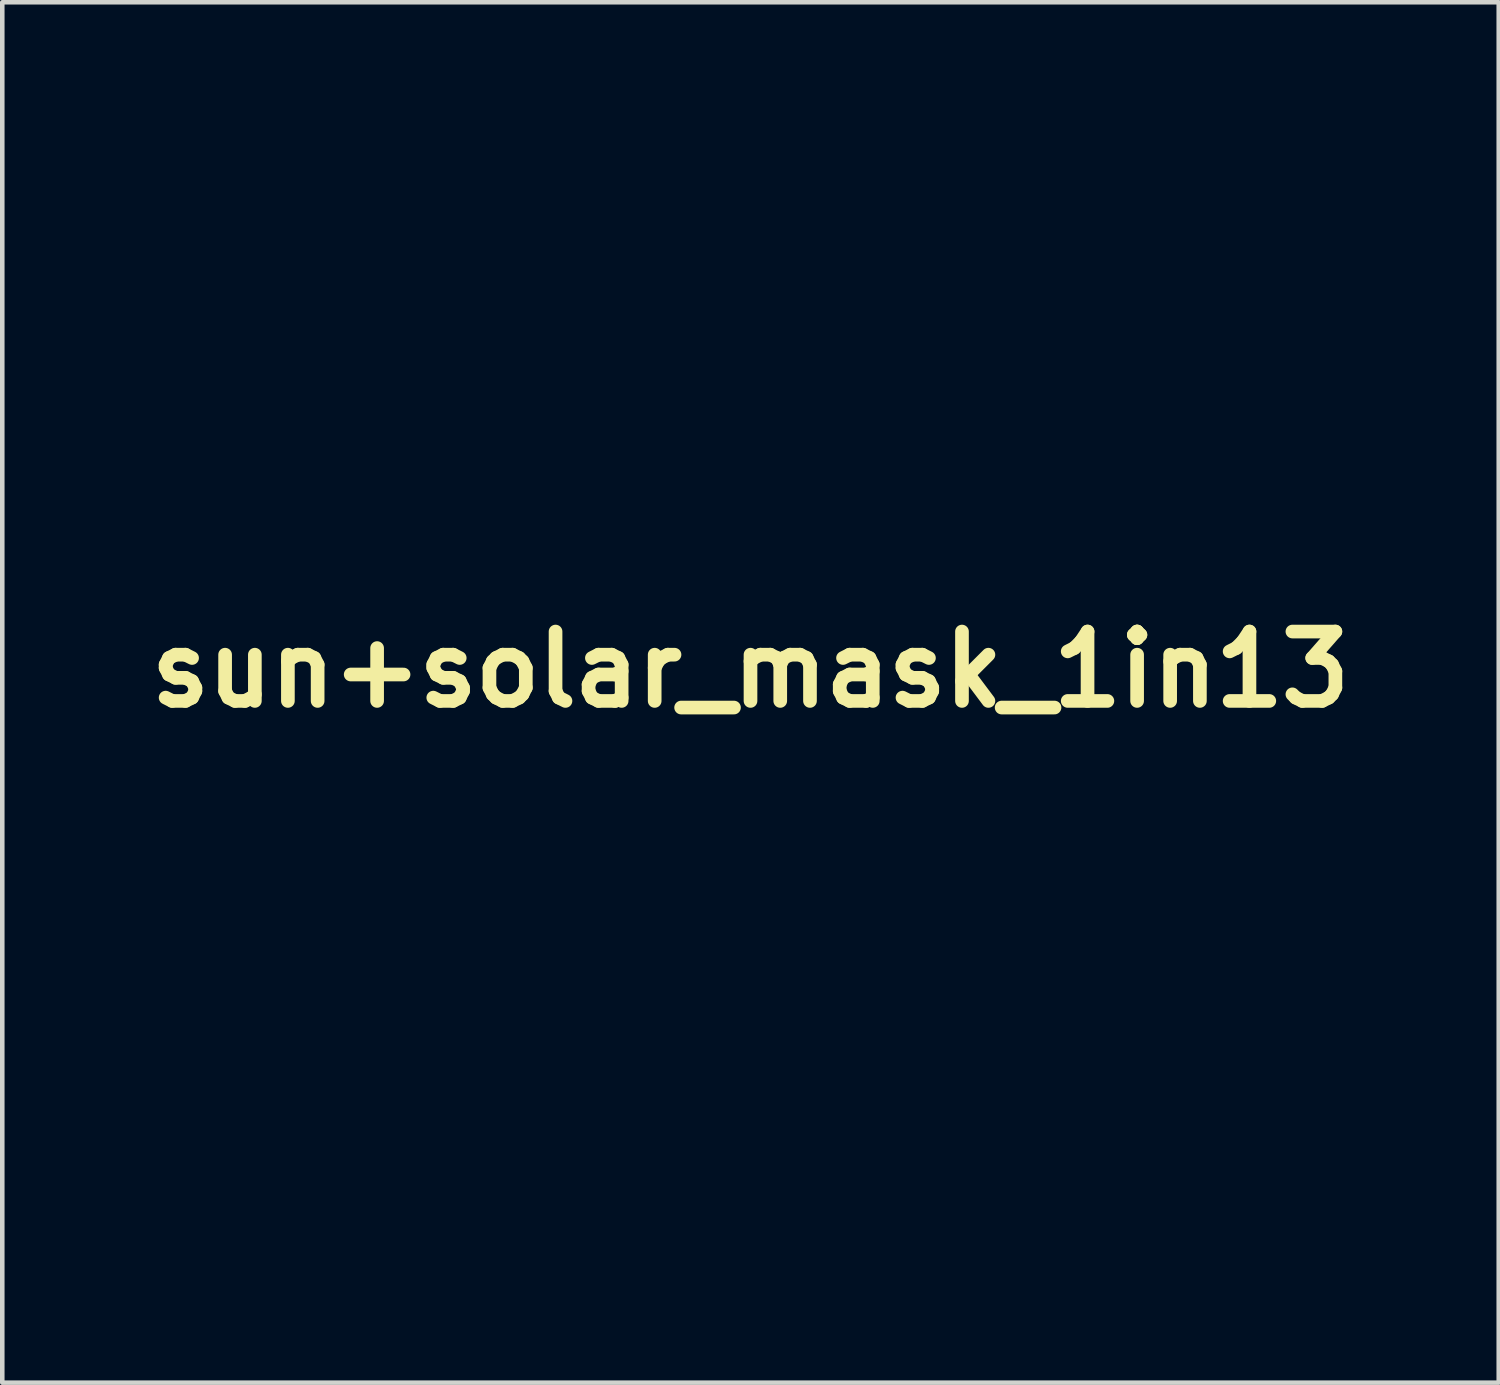
<source format=kicad_pcb>
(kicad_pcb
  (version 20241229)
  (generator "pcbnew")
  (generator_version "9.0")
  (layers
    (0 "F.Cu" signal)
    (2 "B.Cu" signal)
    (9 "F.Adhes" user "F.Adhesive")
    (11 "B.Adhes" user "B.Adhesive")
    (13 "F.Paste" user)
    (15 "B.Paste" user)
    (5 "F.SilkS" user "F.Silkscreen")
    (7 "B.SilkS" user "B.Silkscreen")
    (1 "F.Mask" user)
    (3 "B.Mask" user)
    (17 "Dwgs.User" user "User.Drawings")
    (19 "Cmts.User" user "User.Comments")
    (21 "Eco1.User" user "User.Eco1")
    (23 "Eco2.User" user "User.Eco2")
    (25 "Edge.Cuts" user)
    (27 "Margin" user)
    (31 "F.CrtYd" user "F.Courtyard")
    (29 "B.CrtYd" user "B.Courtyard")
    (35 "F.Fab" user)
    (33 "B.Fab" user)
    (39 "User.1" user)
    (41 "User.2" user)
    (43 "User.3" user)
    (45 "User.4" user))
  (footprint "sun+solar_mask_1in13"
    (layer "F.Cu")
    (at 13.433 11.655)
    (property "Reference" "sun+solar_mask_1in13" (at 0 0 0) (layer "F.SilkS") (effects (font (size 1.524 1.524) (thickness 0.3))))
    (attr board_only exclude_from_pos_files exclude_from_bom)
    (fp_poly (pts (xy 1.171 5.801) (xy 1.173 5.854) (xy 1.176 5.916) (xy 1.178 5.982) (xy 1.181 6.045) (xy 1.182 6.076) (xy 1.187 6.225) (xy -1.131 6.225) (xy -1.126 6.151) (xy -1.124 6.12) (xy -1.121 6.077) (xy -1.119 6.026) (xy -1.116 5.97) (xy -1.113 5.914) (xy -1.113 5.907) (xy -1.11 5.854) (xy -1.108 5.805) (xy -1.105 5.763) (xy -1.103 5.73) (xy -1.101 5.709) (xy -1.1 5.706) (xy -1.096 5.676) (xy 1.166 5.676)) (stroke (width 0) (type solid)) (fill yes) (layer "F.Mask"))
    (fp_poly (pts (xy -10.282 5.676) (xy -10.175 5.676) (xy -10.072 5.677) (xy -9.977 5.677) (xy -9.889 5.677) (xy -9.81 5.678) (xy -9.741 5.678) (xy -9.683 5.679) (xy -9.637 5.68) (xy -9.603 5.68) (xy -9.584 5.681) (xy -9.58 5.682) (xy -9.582 5.69) (xy -9.59 5.712) (xy -9.602 5.745) (xy -9.618 5.788) (xy -9.637 5.839) (xy -9.658 5.896) (xy -9.681 5.956) (xy -9.782 6.225) (xy -10.92 6.225) (xy -11.048 5.984) (xy -11.079 5.926) (xy -11.109 5.871) (xy -11.135 5.82) (xy -11.158 5.777) (xy -11.176 5.743) (xy -11.188 5.719) (xy -11.193 5.71) (xy -11.21 5.676) (xy -10.395 5.676)) (stroke (width 0) (type solid)) (fill yes) (layer "F.Mask"))
    (fp_poly (pts (xy -5.17 11.307) (xy -5.173 11.322) (xy -5.178 11.348) (xy -5.184 11.382) (xy -5.188 11.41) (xy -5.195 11.45) (xy -5.201 11.475) (xy -5.207 11.49) (xy -5.213 11.495) (xy -5.215 11.495) (xy -5.225 11.492) (xy -5.247 11.482) (xy -5.28 11.468) (xy -5.322 11.449) (xy -5.369 11.426) (xy -5.421 11.401) (xy -5.426 11.399) (xy -5.478 11.374) (xy -5.526 11.351) (xy -5.567 11.331) (xy -5.599 11.314) (xy -5.622 11.302) (xy -5.632 11.297) (xy -5.632 11.296) (xy -5.627 11.294) (xy -5.606 11.292) (xy -5.571 11.291) (xy -5.523 11.29) (xy -5.462 11.289) (xy -5.403 11.289) (xy -5.166 11.289)) (stroke (width 0) (type solid)) (fill yes) (layer "F.Mask"))
    (fp_poly (pts (xy -6.896 5.698) (xy -6.9 5.711) (xy -6.907 5.737) (xy -6.917 5.774) (xy -6.93 5.821) (xy -6.944 5.875) (xy -6.961 5.934) (xy -6.971 5.97) (xy -7.04 6.221) (xy -8.194 6.223) (xy -8.328 6.223) (xy -8.458 6.223) (xy -8.582 6.223) (xy -8.701 6.223) (xy -8.812 6.223) (xy -8.916 6.223) (xy -9.01 6.222) (xy -9.095 6.222) (xy -9.17 6.222) (xy -9.232 6.221) (xy -9.283 6.221) (xy -9.32 6.22) (xy -9.343 6.22) (xy -9.351 6.219) (xy -9.35 6.21) (xy -9.343 6.188) (xy -9.332 6.155) (xy -9.317 6.112) (xy -9.299 6.061) (xy -9.278 6.004) (xy -9.258 5.947) (xy -9.16 5.68) (xy -8.026 5.678) (xy -6.891 5.676)) (stroke (width 0) (type solid)) (fill yes) (layer "F.Mask"))
    (fp_poly (pts (xy -4.208 5.698) (xy -4.21 5.711) (xy -4.215 5.738) (xy -4.221 5.776) (xy -4.229 5.823) (xy -4.239 5.878) (xy -4.249 5.938) (xy -4.254 5.967) (xy -4.296 6.214) (xy -5.147 6.22) (xy -5.27 6.22) (xy -5.394 6.221) (xy -5.516 6.222) (xy -5.637 6.222) (xy -5.753 6.223) (xy -5.864 6.223) (xy -5.968 6.224) (xy -6.064 6.224) (xy -6.148 6.224) (xy -6.221 6.225) (xy -6.281 6.225) (xy -6.306 6.225) (xy -6.615 6.225) (xy -6.61 6.207) (xy -6.607 6.195) (xy -6.601 6.17) (xy -6.591 6.133) (xy -6.579 6.087) (xy -6.565 6.033) (xy -6.55 5.974) (xy -6.54 5.935) (xy -6.473 5.68) (xy -5.338 5.678) (xy -4.204 5.676)) (stroke (width 0) (type solid)) (fill yes) (layer "F.Mask"))
    (fp_poly (pts (xy 5.456 11.289) (xy 5.768 11.29) (xy 5.68 11.334) (xy 5.644 11.352) (xy 5.599 11.374) (xy 5.548 11.399) (xy 5.494 11.426) (xy 5.437 11.452) (xy 5.383 11.478) (xy 5.332 11.502) (xy 5.287 11.523) (xy 5.251 11.539) (xy 5.226 11.55) (xy 5.222 11.552) (xy 5.184 11.566) (xy 5.18 11.545) (xy 5.177 11.526) (xy 5.172 11.496) (xy 5.166 11.46) (xy 5.16 11.421) (xy 5.154 11.382) (xy 5.149 11.347) (xy 5.146 11.32) (xy 5.144 11.304) (xy 5.144 11.301) (xy 5.145 11.298) (xy 5.15 11.296) (xy 5.16 11.294) (xy 5.176 11.292) (xy 5.201 11.291) (xy 5.235 11.29) (xy 5.279 11.29) (xy 5.336 11.289) (xy 5.406 11.289)) (stroke (width 0) (type solid)) (fill yes) (layer "F.Mask"))
    (fp_poly (pts (xy -1.521 5.718) (xy -1.523 5.737) (xy -1.525 5.77) (xy -1.528 5.813) (xy -1.531 5.864) (xy -1.535 5.92) (xy -1.538 5.974) (xy -1.542 6.032) (xy -1.546 6.085) (xy -1.549 6.132) (xy -1.552 6.169) (xy -1.554 6.195) (xy -1.555 6.207) (xy -1.558 6.225) (xy -2.715 6.225) (xy -2.849 6.225) (xy -2.979 6.225) (xy -3.104 6.224) (xy -3.222 6.224) (xy -3.333 6.224) (xy -3.437 6.223) (xy -3.531 6.223) (xy -3.616 6.223) (xy -3.69 6.222) (xy -3.753 6.221) (xy -3.803 6.221) (xy -3.84 6.22) (xy -3.863 6.22) (xy -3.871 6.219) (xy -3.871 6.219) (xy -3.87 6.21) (xy -3.867 6.187) (xy -3.861 6.152) (xy -3.854 6.107) (xy -3.846 6.054) (xy -3.837 5.994) (xy -3.829 5.947) (xy -3.788 5.68) (xy -2.652 5.678) (xy -1.516 5.676)) (stroke (width 0) (type solid)) (fill yes) (layer "F.Mask"))
    (fp_poly (pts (xy -7.134 6.561) (xy -7.137 6.571) (xy -7.143 6.595) (xy -7.153 6.632) (xy -7.167 6.682) (xy -7.184 6.744) (xy -7.204 6.816) (xy -7.226 6.897) (xy -7.251 6.987) (xy -7.278 7.084) (xy -7.306 7.188) (xy -7.336 7.297) (xy -7.368 7.411) (xy -7.383 7.467) (xy -7.628 8.355) (xy -9.41 8.355) (xy -9.533 8.211) (xy -9.581 8.154) (xy -9.629 8.096) (xy -9.677 8.038) (xy -9.723 7.982) (xy -9.766 7.928) (xy -9.806 7.879) (xy -9.84 7.835) (xy -9.868 7.798) (xy -9.889 7.769) (xy -9.902 7.751) (xy -9.906 7.743) (xy -9.903 7.734) (xy -9.895 7.711) (xy -9.883 7.676) (xy -9.866 7.628) (xy -9.846 7.571) (xy -9.822 7.504) (xy -9.796 7.43) (xy -9.766 7.348) (xy -9.735 7.261) (xy -9.701 7.169) (xy -9.69 7.137) (xy -9.473 6.543) (xy -7.129 6.543)) (stroke (width 0) (type solid)) (fill yes) (layer "F.Mask"))
    (fp_poly (pts (xy 2.863 5.676) (xy 3.004 5.676) (xy 3.137 5.677) (xy 3.26 5.677) (xy 3.374 5.677) (xy 3.477 5.678) (xy 3.569 5.678) (xy 3.65 5.679) (xy 3.718 5.68) (xy 3.772 5.681) (xy 3.813 5.681) (xy 3.84 5.682) (xy 3.851 5.683) (xy 3.851 5.683) (xy 3.853 5.693) (xy 3.857 5.716) (xy 3.863 5.751) (xy 3.87 5.795) (xy 3.877 5.848) (xy 3.885 5.905) (xy 3.887 5.92) (xy 3.896 5.981) (xy 3.903 6.038) (xy 3.911 6.089) (xy 3.917 6.133) (xy 3.921 6.165) (xy 3.924 6.185) (xy 3.924 6.187) (xy 3.929 6.225) (xy 1.615 6.225) (xy 1.61 6.167) (xy 1.609 6.142) (xy 1.606 6.104) (xy 1.604 6.057) (xy 1.601 6.004) (xy 1.599 5.948) (xy 1.598 5.927) (xy 1.595 5.872) (xy 1.593 5.821) (xy 1.59 5.776) (xy 1.588 5.74) (xy 1.586 5.716) (xy 1.585 5.71) (xy 1.58 5.676) (xy 2.714 5.676)) (stroke (width 0) (type solid)) (fill yes) (layer "F.Mask"))
    (fp_poly (pts (xy 6.602 5.937) (xy 6.617 5.999) (xy 6.631 6.057) (xy 6.644 6.108) (xy 6.654 6.151) (xy 6.662 6.184) (xy 6.667 6.205) (xy 6.668 6.211) (xy 6.668 6.213) (xy 6.667 6.215) (xy 6.662 6.216) (xy 6.655 6.217) (xy 6.643 6.219) (xy 6.627 6.22) (xy 6.605 6.221) (xy 6.578 6.222) (xy 6.543 6.222) (xy 6.5 6.223) (xy 6.449 6.223) (xy 6.388 6.224) (xy 6.318 6.224) (xy 6.237 6.224) (xy 6.144 6.224) (xy 6.039 6.225) (xy 5.921 6.225) (xy 5.789 6.225) (xy 5.643 6.225) (xy 5.514 6.225) (xy 4.357 6.225) (xy 4.353 6.207) (xy 4.35 6.191) (xy 4.345 6.162) (xy 4.339 6.123) (xy 4.332 6.076) (xy 4.324 6.024) (xy 4.315 5.968) (xy 4.307 5.912) (xy 4.299 5.858) (xy 4.292 5.808) (xy 4.286 5.764) (xy 4.281 5.729) (xy 4.278 5.706) (xy 4.277 5.697) (xy 4.277 5.676) (xy 6.539 5.676)) (stroke (width 0) (type solid)) (fill yes) (layer "F.Mask"))
    (fp_poly (pts (xy 10.33 6.544) (xy 10.402 6.544) (xy 10.473 6.545) (xy 10.542 6.546) (xy 10.608 6.547) (xy 10.667 6.549) (xy 10.706 6.55) (xy 10.851 6.555) (xy 10.746 6.722) (xy 10.709 6.78) (xy 10.668 6.842) (xy 10.626 6.907) (xy 10.582 6.974) (xy 10.538 7.041) (xy 10.495 7.106) (xy 10.453 7.168) (xy 10.413 7.227) (xy 10.377 7.28) (xy 10.345 7.326) (xy 10.318 7.364) (xy 10.297 7.392) (xy 10.284 7.409) (xy 10.279 7.413) (xy 10.272 7.41) (xy 10.268 7.403) (xy 10.256 7.373) (xy 10.241 7.333) (xy 10.223 7.283) (xy 10.202 7.226) (xy 10.18 7.164) (xy 10.156 7.097) (xy 10.131 7.028) (xy 10.106 6.957) (xy 10.081 6.888) (xy 10.058 6.821) (xy 10.036 6.757) (xy 10.015 6.7) (xy 9.998 6.649) (xy 9.984 6.607) (xy 9.973 6.576) (xy 9.967 6.556) (xy 9.966 6.55) (xy 9.974 6.548) (xy 9.997 6.547) (xy 10.032 6.546) (xy 10.078 6.545) (xy 10.132 6.544) (xy 10.194 6.544) (xy 10.26 6.544)) (stroke (width 0) (type solid)) (fill yes) (layer "F.Mask"))
    (fp_poly (pts (xy -5.368 6.543) (xy -5.223 6.543) (xy -5.093 6.543) (xy -4.977 6.543) (xy -4.874 6.543) (xy -4.782 6.543) (xy -4.702 6.544) (xy -4.633 6.544) (xy -4.574 6.544) (xy -4.523 6.545) (xy -4.481 6.545) (xy -4.447 6.546) (xy -4.42 6.547) (xy -4.398 6.548) (xy -4.382 6.549) (xy -4.371 6.55) (xy -4.364 6.552) (xy -4.359 6.553) (xy -4.357 6.555) (xy -4.357 6.557) (xy -4.358 6.566) (xy -4.362 6.59) (xy -4.368 6.628) (xy -4.377 6.679) (xy -4.387 6.741) (xy -4.4 6.814) (xy -4.414 6.896) (xy -4.429 6.987) (xy -4.446 7.086) (xy -4.464 7.191) (xy -4.483 7.302) (xy -4.503 7.418) (xy -4.51 7.461) (xy -4.663 8.351) (xy -5.916 8.353) (xy -7.17 8.355) (xy -7.14 8.242) (xy -7.133 8.219) (xy -7.124 8.181) (xy -7.11 8.13) (xy -7.094 8.068) (xy -7.075 7.995) (xy -7.054 7.912) (xy -7.03 7.822) (xy -7.005 7.725) (xy -6.978 7.622) (xy -6.95 7.514) (xy -6.921 7.404) (xy -6.904 7.336) (xy -6.698 6.543) (xy -5.527 6.543)) (stroke (width 0) (type solid)) (fill yes) (layer "F.Mask"))
    (fp_poly (pts (xy 4.638 11.293) (xy 4.671 11.527) (xy 4.681 11.601) (xy 4.689 11.66) (xy 4.694 11.705) (xy 4.697 11.738) (xy 4.697 11.759) (xy 4.696 11.77) (xy 4.695 11.771) (xy 4.686 11.776) (xy 4.663 11.786) (xy 4.63 11.8) (xy 4.589 11.816) (xy 4.542 11.834) (xy 4.512 11.845) (xy 4.123 11.984) (xy 3.738 12.108) (xy 3.353 12.219) (xy 2.966 12.317) (xy 2.575 12.402) (xy 2.178 12.476) (xy 2.149 12.481) (xy 2.095 12.49) (xy 2.047 12.498) (xy 2.006 12.505) (xy 1.974 12.51) (xy 1.955 12.513) (xy 1.949 12.513) (xy 1.94 12.507) (xy 1.936 12.499) (xy 1.935 12.489) (xy 1.934 12.465) (xy 1.931 12.428) (xy 1.928 12.379) (xy 1.925 12.321) (xy 1.921 12.255) (xy 1.917 12.182) (xy 1.913 12.104) (xy 1.909 12.023) (xy 1.904 11.939) (xy 1.9 11.856) (xy 1.896 11.773) (xy 1.892 11.693) (xy 1.888 11.617) (xy 1.885 11.546) (xy 1.882 11.483) (xy 1.88 11.429) (xy 1.878 11.385) (xy 1.877 11.353) (xy 1.876 11.335) (xy 1.876 11.289)) (stroke (width 0) (type solid)) (fill yes) (layer "F.Mask"))
    (fp_poly (pts (xy 8.983 8.94) (xy 8.847 9.076) (xy 8.718 9.201) (xy 8.593 9.319) (xy 8.471 9.431) (xy 8.351 9.537) (xy 8.276 9.602) (xy 8.211 9.658) (xy 8.157 9.704) (xy 8.113 9.74) (xy 8.079 9.768) (xy 8.053 9.787) (xy 8.035 9.798) (xy 8.025 9.802) (xy 8.021 9.799) (xy 8.02 9.79) (xy 8.014 9.768) (xy 8.005 9.733) (xy 7.993 9.686) (xy 7.978 9.629) (xy 7.961 9.563) (xy 7.942 9.489) (xy 7.922 9.409) (xy 7.899 9.323) (xy 7.886 9.273) (xy 7.863 9.184) (xy 7.842 9.1) (xy 7.822 9.021) (xy 7.803 8.949) (xy 7.787 8.886) (xy 7.774 8.832) (xy 7.763 8.788) (xy 7.756 8.757) (xy 7.752 8.739) (xy 7.751 8.736) (xy 7.752 8.733) (xy 7.754 8.731) (xy 7.758 8.729) (xy 7.766 8.727) (xy 7.779 8.726) (xy 7.797 8.725) (xy 7.821 8.724) (xy 7.852 8.723) (xy 7.892 8.722) (xy 7.941 8.722) (xy 8.001 8.722) (xy 8.071 8.721) (xy 8.154 8.721) (xy 8.249 8.721) (xy 8.359 8.721) (xy 8.477 8.721) (xy 9.202 8.721)) (stroke (width 0) (type solid)) (fill yes) (layer "F.Mask"))
    (fp_poly (pts (xy 1.2 6.581) (xy 1.201 6.595) (xy 1.202 6.623) (xy 1.203 6.665) (xy 1.205 6.719) (xy 1.207 6.784) (xy 1.209 6.857) (xy 1.212 6.939) (xy 1.215 7.027) (xy 1.219 7.121) (xy 1.222 7.218) (xy 1.226 7.318) (xy 1.229 7.42) (xy 1.233 7.521) (xy 1.237 7.621) (xy 1.24 7.719) (xy 1.244 7.813) (xy 1.247 7.901) (xy 1.25 7.982) (xy 1.253 8.056) (xy 1.255 8.12) (xy 1.257 8.174) (xy 1.259 8.216) (xy 1.26 8.245) (xy 1.261 8.25) (xy 1.266 8.355) (xy -1.24 8.355) (xy -1.24 8.334) (xy -1.24 8.321) (xy -1.239 8.295) (xy -1.237 8.255) (xy -1.234 8.203) (xy -1.231 8.14) (xy -1.227 8.068) (xy -1.223 7.987) (xy -1.218 7.9) (xy -1.214 7.807) (xy -1.209 7.71) (xy -1.203 7.609) (xy -1.198 7.507) (xy -1.192 7.405) (xy -1.187 7.303) (xy -1.182 7.203) (xy -1.176 7.106) (xy -1.171 7.014) (xy -1.167 6.928) (xy -1.162 6.849) (xy -1.159 6.779) (xy -1.155 6.718) (xy -1.152 6.669) (xy -1.15 6.631) (xy -1.149 6.608) (xy -1.148 6.6) (xy -1.143 6.543) (xy 1.2 6.543)) (stroke (width 0) (type solid)) (fill yes) (layer "F.Mask"))
    (fp_poly (pts (xy -1.577 6.569) (xy -1.578 6.58) (xy -1.58 6.606) (xy -1.583 6.646) (xy -1.587 6.698) (xy -1.592 6.762) (xy -1.597 6.837) (xy -1.603 6.921) (xy -1.609 7.014) (xy -1.616 7.113) (xy -1.623 7.219) (xy -1.63 7.33) (xy -1.638 7.441) (xy -1.645 7.556) (xy -1.653 7.668) (xy -1.66 7.774) (xy -1.666 7.874) (xy -1.673 7.967) (xy -1.678 8.051) (xy -1.684 8.126) (xy -1.688 8.191) (xy -1.692 8.243) (xy -1.695 8.284) (xy -1.697 8.31) (xy -1.698 8.322) (xy -1.702 8.355) (xy -4.207 8.355) (xy -4.202 8.334) (xy -4.2 8.321) (xy -4.195 8.293) (xy -4.189 8.253) (xy -4.181 8.201) (xy -4.171 8.139) (xy -4.16 8.067) (xy -4.147 7.987) (xy -4.134 7.901) (xy -4.119 7.808) (xy -4.104 7.712) (xy -4.089 7.612) (xy -4.073 7.51) (xy -4.057 7.407) (xy -4.041 7.305) (xy -4.025 7.204) (xy -4.01 7.107) (xy -3.996 7.013) (xy -3.982 6.925) (xy -3.97 6.844) (xy -3.959 6.77) (xy -3.949 6.706) (xy -3.941 6.651) (xy -3.934 6.608) (xy -3.93 6.578) (xy -3.928 6.562) (xy -3.927 6.559) (xy -3.927 6.543) (xy -1.572 6.543)) (stroke (width 0) (type solid)) (fill yes) (layer "F.Mask"))
    (fp_poly (pts (xy -10.228 6.543) (xy -10.151 6.543) (xy -10.088 6.543) (xy -10.037 6.544) (xy -9.997 6.544) (xy -9.967 6.545) (xy -9.945 6.546) (xy -9.929 6.548) (xy -9.92 6.55) (xy -9.915 6.552) (xy -9.914 6.555) (xy -9.914 6.556) (xy -9.916 6.567) (xy -9.924 6.59) (xy -9.936 6.625) (xy -9.952 6.669) (xy -9.972 6.721) (xy -9.993 6.779) (xy -10.017 6.841) (xy -10.041 6.906) (xy -10.067 6.972) (xy -10.092 7.037) (xy -10.116 7.099) (xy -10.139 7.158) (xy -10.16 7.21) (xy -10.178 7.255) (xy -10.193 7.291) (xy -10.204 7.316) (xy -10.21 7.329) (xy -10.211 7.33) (xy -10.217 7.323) (xy -10.231 7.305) (xy -10.252 7.277) (xy -10.279 7.24) (xy -10.309 7.196) (xy -10.344 7.145) (xy -10.377 7.097) (xy -10.43 7.018) (xy -10.48 6.942) (xy -10.528 6.868) (xy -10.573 6.8) (xy -10.613 6.737) (xy -10.648 6.681) (xy -10.678 6.633) (xy -10.7 6.595) (xy -10.716 6.567) (xy -10.724 6.55) (xy -10.724 6.547) (xy -10.717 6.546) (xy -10.695 6.546) (xy -10.66 6.545) (xy -10.613 6.544) (xy -10.557 6.544) (xy -10.492 6.543) (xy -10.42 6.543) (xy -10.343 6.543) (xy -10.319 6.543)) (stroke (width 0) (type solid)) (fill yes) (layer "F.Mask"))
    (fp_poly (pts (xy -7.732 8.739) (xy -7.735 8.75) (xy -7.742 8.774) (xy -7.753 8.811) (xy -7.766 8.86) (xy -7.782 8.918) (xy -7.801 8.985) (xy -7.821 9.059) (xy -7.843 9.139) (xy -7.867 9.223) (xy -7.871 9.237) (xy -7.894 9.322) (xy -7.916 9.401) (xy -7.937 9.475) (xy -7.956 9.542) (xy -7.973 9.6) (xy -7.987 9.648) (xy -7.998 9.685) (xy -8.006 9.709) (xy -8.01 9.72) (xy -8.01 9.72) (xy -8.018 9.715) (xy -8.036 9.702) (xy -8.062 9.681) (xy -8.094 9.654) (xy -8.131 9.623) (xy -8.141 9.614) (xy -8.212 9.552) (xy -8.276 9.495) (xy -8.335 9.441) (xy -8.392 9.389) (xy -8.449 9.337) (xy -8.506 9.282) (xy -8.568 9.224) (xy -8.634 9.159) (xy -8.708 9.087) (xy -8.777 9.02) (xy -8.833 8.964) (xy -8.886 8.912) (xy -8.934 8.864) (xy -8.977 8.822) (xy -9.012 8.786) (xy -9.04 8.758) (xy -9.06 8.738) (xy -9.069 8.729) (xy -9.07 8.728) (xy -9.062 8.727) (xy -9.04 8.726) (xy -9.004 8.725) (xy -8.956 8.724) (xy -8.897 8.723) (xy -8.827 8.723) (xy -8.749 8.722) (xy -8.662 8.722) (xy -8.569 8.721) (xy -8.47 8.721) (xy -8.399 8.721) (xy -7.726 8.721)) (stroke (width 0) (type solid)) (fill yes) (layer "F.Mask"))
    (fp_poly (pts (xy 10.599 5.676) (xy 10.709 5.676) (xy 10.813 5.677) (xy 10.911 5.677) (xy 11.001 5.677) (xy 11.082 5.678) (xy 11.154 5.678) (xy 11.214 5.679) (xy 11.263 5.679) (xy 11.299 5.68) (xy 11.321 5.681) (xy 11.329 5.682) (xy 11.325 5.69) (xy 11.315 5.711) (xy 11.299 5.742) (xy 11.279 5.781) (xy 11.255 5.827) (xy 11.229 5.877) (xy 11.202 5.93) (xy 11.173 5.983) (xy 11.146 6.035) (xy 11.119 6.084) (xy 11.112 6.098) (xy 11.044 6.221) (xy 10.443 6.223) (xy 9.842 6.225) (xy 9.833 6.203) (xy 9.829 6.19) (xy 9.819 6.165) (xy 9.806 6.128) (xy 9.789 6.082) (xy 9.77 6.03) (xy 9.749 5.972) (xy 9.738 5.941) (xy 9.717 5.882) (xy 9.697 5.828) (xy 9.68 5.78) (xy 9.665 5.74) (xy 9.654 5.71) (xy 9.648 5.693) (xy 9.646 5.689) (xy 9.647 5.687) (xy 9.65 5.685) (xy 9.657 5.683) (xy 9.668 5.682) (xy 9.685 5.681) (xy 9.708 5.68) (xy 9.738 5.679) (xy 9.776 5.678) (xy 9.823 5.678) (xy 9.88 5.677) (xy 9.947 5.677) (xy 10.026 5.677) (xy 10.117 5.676) (xy 10.222 5.676) (xy 10.34 5.676) (xy 10.474 5.676) (xy 10.485 5.676)) (stroke (width 0) (type solid)) (fill yes) (layer "F.Mask"))
    (fp_poly (pts (xy 7.589 5.677) (xy 7.708 5.678) (xy 7.84 5.678) (xy 7.987 5.678) (xy 8.09 5.678) (xy 9.226 5.68) (xy 9.319 5.947) (xy 9.34 6.008) (xy 9.36 6.065) (xy 9.378 6.116) (xy 9.392 6.158) (xy 9.403 6.191) (xy 9.41 6.212) (xy 9.412 6.219) (xy 9.405 6.22) (xy 9.382 6.22) (xy 9.345 6.221) (xy 9.295 6.221) (xy 9.232 6.222) (xy 9.158 6.223) (xy 9.074 6.223) (xy 8.979 6.223) (xy 8.876 6.224) (xy 8.765 6.224) (xy 8.647 6.224) (xy 8.522 6.225) (xy 8.392 6.225) (xy 8.258 6.225) (xy 7.101 6.225) (xy 7.092 6.199) (xy 7.088 6.185) (xy 7.081 6.158) (xy 7.071 6.119) (xy 7.058 6.072) (xy 7.044 6.018) (xy 7.029 5.959) (xy 7.024 5.939) (xy 7.009 5.879) (xy 6.994 5.825) (xy 6.982 5.777) (xy 6.972 5.737) (xy 6.964 5.709) (xy 6.96 5.692) (xy 6.959 5.69) (xy 6.959 5.688) (xy 6.961 5.686) (xy 6.965 5.685) (xy 6.972 5.684) (xy 6.984 5.682) (xy 7 5.681) (xy 7.021 5.68) (xy 7.049 5.68) (xy 7.084 5.679) (xy 7.127 5.678) (xy 7.178 5.678) (xy 7.239 5.678) (xy 7.309 5.678) (xy 7.391 5.677) (xy 7.484 5.677)) (stroke (width 0) (type solid)) (fill yes) (layer "F.Mask"))
    (fp_poly (pts (xy 2.936 6.543) (xy 3.067 6.543) (xy 3.193 6.543) (xy 3.312 6.543) (xy 3.425 6.543) (xy 3.529 6.544) (xy 3.625 6.544) (xy 3.711 6.544) (xy 3.786 6.544) (xy 3.85 6.545) (xy 3.902 6.545) (xy 3.941 6.545) (xy 3.965 6.546) (xy 3.975 6.546) (xy 3.975 6.546) (xy 3.976 6.555) (xy 3.979 6.578) (xy 3.984 6.615) (xy 3.991 6.664) (xy 3.999 6.724) (xy 4.009 6.793) (xy 4.02 6.871) (xy 4.031 6.956) (xy 4.044 7.047) (xy 4.057 7.142) (xy 4.071 7.242) (xy 4.085 7.344) (xy 4.1 7.447) (xy 4.114 7.55) (xy 4.128 7.651) (xy 4.142 7.75) (xy 4.156 7.846) (xy 4.168 7.936) (xy 4.18 8.021) (xy 4.191 8.098) (xy 4.201 8.166) (xy 4.209 8.225) (xy 4.216 8.273) (xy 4.221 8.308) (xy 4.224 8.33) (xy 4.225 8.337) (xy 4.23 8.355) (xy 1.726 8.355) (xy 1.721 8.33) (xy 1.72 8.318) (xy 1.719 8.292) (xy 1.716 8.252) (xy 1.713 8.2) (xy 1.71 8.136) (xy 1.706 8.061) (xy 1.701 7.978) (xy 1.697 7.886) (xy 1.692 7.787) (xy 1.686 7.683) (xy 1.681 7.573) (xy 1.677 7.501) (xy 1.672 7.387) (xy 1.666 7.277) (xy 1.661 7.171) (xy 1.656 7.071) (xy 1.651 6.978) (xy 1.647 6.893) (xy 1.643 6.817) (xy 1.64 6.751) (xy 1.637 6.697) (xy 1.635 6.656) (xy 1.633 6.629) (xy 1.633 6.62) (xy 1.627 6.543) (xy 2.801 6.543)) (stroke (width 0) (type solid)) (fill yes) (layer "F.Mask"))
    (fp_poly (pts (xy 7.799 6.544) (xy 7.916 6.544) (xy 8.045 6.544) (xy 8.19 6.544) (xy 8.349 6.545) (xy 8.357 6.545) (xy 9.527 6.547) (xy 9.748 7.183) (xy 9.782 7.279) (xy 9.814 7.372) (xy 9.843 7.459) (xy 9.871 7.539) (xy 9.896 7.612) (xy 9.917 7.676) (xy 9.935 7.731) (xy 9.949 7.774) (xy 9.959 7.806) (xy 9.965 7.824) (xy 9.966 7.829) (xy 9.959 7.838) (xy 9.944 7.858) (xy 9.922 7.887) (xy 9.893 7.923) (xy 9.86 7.965) (xy 9.824 8.01) (xy 9.786 8.056) (xy 9.747 8.103) (xy 9.709 8.149) (xy 9.674 8.191) (xy 9.643 8.228) (xy 9.622 8.252) (xy 9.535 8.351) (xy 7.648 8.355) (xy 7.641 8.326) (xy 7.638 8.314) (xy 7.631 8.288) (xy 7.621 8.249) (xy 7.608 8.197) (xy 7.591 8.134) (xy 7.572 8.061) (xy 7.551 7.979) (xy 7.528 7.888) (xy 7.502 7.79) (xy 7.475 7.685) (xy 7.447 7.576) (xy 7.418 7.462) (xy 7.41 7.432) (xy 7.38 7.318) (xy 7.352 7.208) (xy 7.325 7.103) (xy 7.3 7.004) (xy 7.276 6.913) (xy 7.255 6.829) (xy 7.236 6.755) (xy 7.22 6.691) (xy 7.207 6.638) (xy 7.197 6.598) (xy 7.19 6.57) (xy 7.187 6.557) (xy 7.187 6.555) (xy 7.188 6.554) (xy 7.191 6.552) (xy 7.198 6.551) (xy 7.208 6.549) (xy 7.224 6.548) (xy 7.245 6.547) (xy 7.272 6.547) (xy 7.305 6.546) (xy 7.347 6.545) (xy 7.397 6.545) (xy 7.456 6.545) (xy 7.525 6.544) (xy 7.605 6.544) (xy 7.696 6.544)) (stroke (width 0) (type solid)) (fill yes) (layer "F.Mask"))
    (fp_poly (pts (xy 1.28 8.775) (xy 1.28 8.789) (xy 1.281 8.819) (xy 1.282 8.862) (xy 1.284 8.918) (xy 1.286 8.986) (xy 1.289 9.065) (xy 1.292 9.154) (xy 1.295 9.251) (xy 1.299 9.356) (xy 1.303 9.468) (xy 1.307 9.585) (xy 1.311 9.708) (xy 1.316 9.826) (xy 1.32 9.951) (xy 1.325 10.071) (xy 1.329 10.186) (xy 1.333 10.295) (xy 1.336 10.397) (xy 1.339 10.491) (xy 1.342 10.576) (xy 1.345 10.65) (xy 1.347 10.714) (xy 1.349 10.765) (xy 1.35 10.803) (xy 1.351 10.828) (xy 1.351 10.837) (xy 1.351 10.839) (xy 1.349 10.841) (xy 1.345 10.842) (xy 1.338 10.844) (xy 1.327 10.845) (xy 1.312 10.846) (xy 1.293 10.847) (xy 1.267 10.848) (xy 1.235 10.849) (xy 1.196 10.849) (xy 1.15 10.85) (xy 1.095 10.85) (xy 1.03 10.851) (xy 0.956 10.851) (xy 0.872 10.851) (xy 0.776 10.851) (xy 0.668 10.851) (xy 0.547 10.852) (xy 0.413 10.852) (xy 0.265 10.852) (xy 0.103 10.852) (xy -0.013 10.852) (xy -1.377 10.852) (xy -1.372 10.802) (xy -1.371 10.788) (xy -1.369 10.76) (xy -1.367 10.719) (xy -1.364 10.665) (xy -1.36 10.599) (xy -1.356 10.524) (xy -1.352 10.441) (xy -1.347 10.349) (xy -1.341 10.252) (xy -1.336 10.149) (xy -1.33 10.042) (xy -1.324 9.932) (xy -1.319 9.82) (xy -1.313 9.709) (xy -1.307 9.597) (xy -1.301 9.488) (xy -1.296 9.382) (xy -1.29 9.28) (xy -1.285 9.183) (xy -1.281 9.093) (xy -1.277 9.011) (xy -1.273 8.938) (xy -1.27 8.875) (xy -1.267 8.823) (xy -1.265 8.784) (xy -1.264 8.759) (xy -1.264 8.749) (xy -1.264 8.721) (xy 1.28 8.721)) (stroke (width 0) (type solid)) (fill yes) (layer "F.Mask"))
    (fp_poly (pts (xy 4.281 8.739) (xy 4.282 8.749) (xy 4.286 8.774) (xy 4.291 8.812) (xy 4.299 8.864) (xy 4.307 8.927) (xy 4.318 9.002) (xy 4.33 9.087) (xy 4.343 9.18) (xy 4.357 9.282) (xy 4.372 9.392) (xy 4.389 9.507) (xy 4.405 9.628) (xy 4.423 9.754) (xy 4.428 9.79) (xy 4.445 9.917) (xy 4.462 10.039) (xy 4.479 10.156) (xy 4.494 10.267) (xy 4.509 10.371) (xy 4.522 10.467) (xy 4.534 10.554) (xy 4.545 10.631) (xy 4.554 10.698) (xy 4.562 10.752) (xy 4.568 10.794) (xy 4.572 10.823) (xy 4.574 10.837) (xy 4.574 10.838) (xy 4.574 10.839) (xy 4.573 10.841) (xy 4.568 10.843) (xy 4.561 10.844) (xy 4.55 10.845) (xy 4.535 10.846) (xy 4.515 10.847) (xy 4.489 10.848) (xy 4.456 10.849) (xy 4.416 10.849) (xy 4.368 10.85) (xy 4.312 10.85) (xy 4.246 10.851) (xy 4.171 10.851) (xy 4.084 10.851) (xy 3.986 10.851) (xy 3.877 10.851) (xy 3.754 10.852) (xy 3.618 10.852) (xy 3.468 10.852) (xy 3.303 10.852) (xy 3.216 10.852) (xy 1.854 10.852) (xy 1.849 10.814) (xy 1.848 10.801) (xy 1.846 10.774) (xy 1.844 10.732) (xy 1.841 10.678) (xy 1.837 10.612) (xy 1.833 10.535) (xy 1.829 10.449) (xy 1.824 10.354) (xy 1.818 10.251) (xy 1.813 10.141) (xy 1.807 10.026) (xy 1.801 9.906) (xy 1.797 9.822) (xy 1.791 9.699) (xy 1.785 9.579) (xy 1.779 9.463) (xy 1.773 9.354) (xy 1.768 9.25) (xy 1.763 9.155) (xy 1.759 9.068) (xy 1.755 8.991) (xy 1.751 8.925) (xy 1.748 8.871) (xy 1.746 8.83) (xy 1.745 8.804) (xy 1.744 8.795) (xy 1.739 8.721) (xy 4.277 8.721)) (stroke (width 0) (type solid)) (fill yes) (layer "F.Mask"))
    (fp_poly (pts (xy -1.903 11.347) (xy -1.904 11.362) (xy -1.907 11.391) (xy -1.909 11.432) (xy -1.913 11.484) (xy -1.917 11.545) (xy -1.922 11.614) (xy -1.927 11.688) (xy -1.932 11.767) (xy -1.938 11.849) (xy -1.943 11.931) (xy -1.949 12.014) (xy -1.954 12.094) (xy -1.959 12.171) (xy -1.964 12.243) (xy -1.969 12.309) (xy -1.972 12.366) (xy -1.975 12.414) (xy -1.978 12.45) (xy -1.979 12.473) (xy -1.98 12.482) (xy -1.98 12.485) (xy -1.984 12.487) (xy -1.992 12.488) (xy -2.006 12.487) (xy -2.026 12.484) (xy -2.056 12.479) (xy -2.095 12.472) (xy -2.146 12.462) (xy -2.21 12.45) (xy -2.274 12.437) (xy -2.487 12.394) (xy -2.687 12.352) (xy -2.877 12.308) (xy -3.061 12.264) (xy -3.24 12.217) (xy -3.419 12.167) (xy -3.599 12.113) (xy -3.784 12.055) (xy -3.868 12.028) (xy -3.928 12.008) (xy -3.995 11.985) (xy -4.067 11.96) (xy -4.141 11.934) (xy -4.218 11.907) (xy -4.294 11.879) (xy -4.369 11.852) (xy -4.441 11.825) (xy -4.508 11.8) (xy -4.569 11.776) (xy -4.622 11.756) (xy -4.666 11.738) (xy -4.698 11.724) (xy -4.719 11.714) (xy -4.724 11.711) (xy -4.725 11.702) (xy -4.723 11.679) (xy -4.719 11.645) (xy -4.713 11.602) (xy -4.706 11.552) (xy -4.698 11.505) (xy -4.69 11.45) (xy -4.682 11.401) (xy -4.676 11.358) (xy -4.671 11.325) (xy -4.667 11.304) (xy -4.667 11.297) (xy -4.659 11.296) (xy -4.635 11.295) (xy -4.595 11.294) (xy -4.54 11.293) (xy -4.468 11.292) (xy -4.381 11.291) (xy -4.278 11.291) (xy -4.16 11.29) (xy -4.026 11.29) (xy -3.876 11.289) (xy -3.71 11.289) (xy -3.529 11.289) (xy -3.332 11.289) (xy -3.282 11.289) (xy -1.898 11.289)) (stroke (width 0) (type solid)) (fill yes) (layer "F.Mask"))
    (fp_poly (pts (xy 6.757 6.573) (xy 6.761 6.589) (xy 6.769 6.62) (xy 6.779 6.662) (xy 6.792 6.716) (xy 6.808 6.78) (xy 6.826 6.853) (xy 6.845 6.934) (xy 6.867 7.021) (xy 6.889 7.113) (xy 6.913 7.209) (xy 6.937 7.309) (xy 6.961 7.41) (xy 6.986 7.511) (xy 7.01 7.612) (xy 7.034 7.712) (xy 7.058 7.808) (xy 7.08 7.9) (xy 7.101 7.986) (xy 7.12 8.067) (xy 7.137 8.139) (xy 7.153 8.203) (xy 7.166 8.256) (xy 7.176 8.298) (xy 7.183 8.328) (xy 7.186 8.344) (xy 7.187 8.346) (xy 7.183 8.347) (xy 7.17 8.349) (xy 7.149 8.35) (xy 7.118 8.351) (xy 7.078 8.352) (xy 7.027 8.352) (xy 6.965 8.353) (xy 6.891 8.354) (xy 6.805 8.354) (xy 6.707 8.354) (xy 6.596 8.355) (xy 6.471 8.355) (xy 6.332 8.355) (xy 6.179 8.355) (xy 6.01 8.355) (xy 5.935 8.355) (xy 5.764 8.355) (xy 5.608 8.355) (xy 5.467 8.355) (xy 5.34 8.355) (xy 5.226 8.355) (xy 5.126 8.354) (xy 5.037 8.354) (xy 4.96 8.354) (xy 4.894 8.353) (xy 4.838 8.352) (xy 4.792 8.352) (xy 4.755 8.351) (xy 4.726 8.35) (xy 4.705 8.349) (xy 4.691 8.348) (xy 4.684 8.346) (xy 4.683 8.345) (xy 4.681 8.336) (xy 4.678 8.313) (xy 4.672 8.276) (xy 4.665 8.227) (xy 4.656 8.168) (xy 4.645 8.098) (xy 4.633 8.02) (xy 4.62 7.936) (xy 4.606 7.845) (xy 4.592 7.749) (xy 4.576 7.65) (xy 4.561 7.548) (xy 4.545 7.446) (xy 4.529 7.343) (xy 4.513 7.242) (xy 4.498 7.143) (xy 4.483 7.048) (xy 4.47 6.958) (xy 4.457 6.875) (xy 4.445 6.798) (xy 4.434 6.731) (xy 4.425 6.673) (xy 4.418 6.626) (xy 4.412 6.592) (xy 4.409 6.571) (xy 4.408 6.565) (xy 4.403 6.543) (xy 6.749 6.543)) (stroke (width 0) (type solid)) (fill yes) (layer "F.Mask"))
    (fp_poly (pts (xy -6.299 8.721) (xy -6.178 8.721) (xy -6.056 8.721) (xy -5.933 8.721) (xy -5.81 8.721) (xy -5.69 8.722) (xy -5.571 8.722) (xy -5.457 8.722) (xy -5.347 8.722) (xy -5.243 8.723) (xy -5.145 8.723) (xy -5.055 8.724) (xy -4.974 8.724) (xy -4.903 8.724) (xy -4.843 8.725) (xy -4.794 8.725) (xy -4.758 8.726) (xy -4.737 8.727) (xy -4.73 8.727) (xy -4.731 8.735) (xy -4.735 8.759) (xy -4.741 8.796) (xy -4.75 8.846) (xy -4.76 8.908) (xy -4.772 8.981) (xy -4.787 9.064) (xy -4.802 9.157) (xy -4.82 9.258) (xy -4.838 9.366) (xy -4.858 9.482) (xy -4.878 9.602) (xy -4.9 9.728) (xy -4.911 9.792) (xy -5.092 10.852) (xy -5.764 10.852) (xy -6.436 10.852) (xy -6.602 10.746) (xy -6.699 10.684) (xy -6.801 10.618) (xy -6.904 10.55) (xy -7.005 10.482) (xy -7.101 10.417) (xy -7.189 10.356) (xy -7.234 10.324) (xy -7.273 10.296) (xy -7.317 10.264) (xy -7.363 10.23) (xy -7.411 10.195) (xy -7.457 10.161) (xy -7.5 10.129) (xy -7.538 10.1) (xy -7.569 10.077) (xy -7.59 10.06) (xy -7.598 10.053) (xy -7.6 10.049) (xy -7.599 10.039) (xy -7.596 10.022) (xy -7.592 9.998) (xy -7.585 9.966) (xy -7.575 9.925) (xy -7.563 9.874) (xy -7.547 9.813) (xy -7.529 9.739) (xy -7.507 9.653) (xy -7.481 9.554) (xy -7.452 9.441) (xy -7.437 9.385) (xy -7.412 9.286) (xy -7.387 9.191) (xy -7.364 9.102) (xy -7.342 9.02) (xy -7.323 8.945) (xy -7.306 8.879) (xy -7.292 8.824) (xy -7.28 8.779) (xy -7.272 8.747) (xy -7.267 8.728) (xy -7.266 8.724) (xy -7.258 8.723) (xy -7.236 8.723) (xy -7.199 8.723) (xy -7.15 8.722) (xy -7.089 8.722) (xy -7.017 8.722) (xy -6.935 8.721) (xy -6.845 8.721) (xy -6.747 8.721) (xy -6.643 8.721) (xy -6.532 8.721) (xy -6.417 8.721)) (stroke (width 0) (type solid)) (fill yes) (layer "F.Mask"))
    (fp_poly (pts (xy -1.729 8.779) (xy -1.73 8.793) (xy -1.732 8.822) (xy -1.735 8.864) (xy -1.739 8.918) (xy -1.743 8.983) (xy -1.748 9.058) (xy -1.754 9.142) (xy -1.76 9.232) (xy -1.767 9.329) (xy -1.774 9.432) (xy -1.781 9.538) (xy -1.788 9.647) (xy -1.796 9.758) (xy -1.803 9.869) (xy -1.811 9.979) (xy -1.818 10.088) (xy -1.825 10.194) (xy -1.832 10.296) (xy -1.839 10.393) (xy -1.845 10.483) (xy -1.85 10.566) (xy -1.855 10.64) (xy -1.859 10.704) (xy -1.863 10.757) (xy -1.866 10.798) (xy -1.867 10.826) (xy -1.868 10.84) (xy -1.868 10.841) (xy -1.87 10.842) (xy -1.876 10.843) (xy -1.887 10.845) (xy -1.904 10.846) (xy -1.927 10.847) (xy -1.956 10.847) (xy -1.993 10.848) (xy -2.039 10.849) (xy -2.093 10.849) (xy -2.156 10.85) (xy -2.23 10.85) (xy -2.314 10.851) (xy -2.41 10.851) (xy -2.518 10.851) (xy -2.639 10.851) (xy -2.773 10.852) (xy -2.921 10.852) (xy -3.084 10.852) (xy -3.232 10.852) (xy -3.378 10.852) (xy -3.519 10.852) (xy -3.656 10.851) (xy -3.786 10.851) (xy -3.91 10.851) (xy -4.026 10.851) (xy -4.134 10.851) (xy -4.232 10.851) (xy -4.32 10.85) (xy -4.398 10.85) (xy -4.464 10.85) (xy -4.517 10.85) (xy -4.557 10.849) (xy -4.584 10.849) (xy -4.595 10.849) (xy -4.595 10.848) (xy -4.594 10.84) (xy -4.59 10.817) (xy -4.585 10.78) (xy -4.577 10.731) (xy -4.568 10.671) (xy -4.557 10.601) (xy -4.545 10.522) (xy -4.531 10.434) (xy -4.516 10.34) (xy -4.501 10.24) (xy -4.484 10.136) (xy -4.468 10.028) (xy -4.45 9.918) (xy -4.433 9.807) (xy -4.415 9.695) (xy -4.398 9.585) (xy -4.381 9.476) (xy -4.365 9.371) (xy -4.349 9.27) (xy -4.334 9.174) (xy -4.32 9.085) (xy -4.307 9.004) (xy -4.296 8.932) (xy -4.286 8.869) (xy -4.278 8.817) (xy -4.271 8.778) (xy -4.267 8.751) (xy -4.265 8.739) (xy -4.265 8.739) (xy -4.261 8.721) (xy -1.724 8.721)) (stroke (width 0) (type solid)) (fill yes) (layer "F.Mask"))
    (fp_poly (pts (xy 6.155 8.721) (xy 6.291 8.721) (xy 6.422 8.721) (xy 6.547 8.721) (xy 6.665 8.722) (xy 6.776 8.722) (xy 6.877 8.722) (xy 6.97 8.722) (xy 7.052 8.723) (xy 7.123 8.723) (xy 7.182 8.723) (xy 7.228 8.724) (xy 7.261 8.724) (xy 7.279 8.725) (xy 7.282 8.725) (xy 7.284 8.733) (xy 7.289 8.756) (xy 7.298 8.791) (xy 7.309 8.839) (xy 7.324 8.898) (xy 7.341 8.967) (xy 7.359 9.045) (xy 7.38 9.131) (xy 7.403 9.223) (xy 7.427 9.321) (xy 7.452 9.423) (xy 7.453 9.43) (xy 7.478 9.532) (xy 7.502 9.63) (xy 7.525 9.723) (xy 7.545 9.809) (xy 7.564 9.887) (xy 7.581 9.956) (xy 7.595 10.016) (xy 7.607 10.064) (xy 7.615 10.1) (xy 7.62 10.123) (xy 7.622 10.132) (xy 7.622 10.132) (xy 7.447 10.26) (xy 7.281 10.377) (xy 7.123 10.487) (xy 6.969 10.59) (xy 6.82 10.687) (xy 6.731 10.743) (xy 6.557 10.852) (xy 5.074 10.852) (xy 5.069 10.828) (xy 5.067 10.815) (xy 5.063 10.789) (xy 5.056 10.749) (xy 5.048 10.697) (xy 5.038 10.634) (xy 5.027 10.561) (xy 5.014 10.479) (xy 5.001 10.39) (xy 4.986 10.295) (xy 4.97 10.194) (xy 4.954 10.088) (xy 4.937 9.98) (xy 4.92 9.869) (xy 4.903 9.758) (xy 4.886 9.647) (xy 4.869 9.537) (xy 4.852 9.43) (xy 4.836 9.326) (xy 4.821 9.227) (xy 4.807 9.134) (xy 4.793 9.048) (xy 4.782 8.97) (xy 4.771 8.901) (xy 4.762 8.842) (xy 4.755 8.795) (xy 4.75 8.761) (xy 4.747 8.74) (xy 4.746 8.734) (xy 4.747 8.732) (xy 4.75 8.731) (xy 4.757 8.729) (xy 4.767 8.728) (xy 4.782 8.727) (xy 4.802 8.726) (xy 4.828 8.725) (xy 4.861 8.724) (xy 4.901 8.724) (xy 4.949 8.723) (xy 5.006 8.723) (xy 5.073 8.722) (xy 5.15 8.722) (xy 5.237 8.722) (xy 5.337 8.721) (xy 5.449 8.721) (xy 5.574 8.721) (xy 5.713 8.721) (xy 5.866 8.721) (xy 6.014 8.721)) (stroke (width 0) (type solid)) (fill yes) (layer "F.Mask"))
    (fp_poly (pts (xy -3.183 -11.161) (xy -3.171 -11.141) (xy -3.151 -11.109) (xy -3.126 -11.067) (xy -3.094 -11.014) (xy -3.057 -10.951) (xy -3.016 -10.881) (xy -2.97 -10.803) (xy -2.92 -10.719) (xy -2.868 -10.629) (xy -2.813 -10.534) (xy -2.767 -10.457) (xy -2.652 -10.258) (xy -2.541 -10.068) (xy -2.435 -9.887) (xy -2.335 -9.716) (xy -2.24 -9.554) (xy -2.152 -9.402) (xy -2.068 -9.26) (xy -1.991 -9.128) (xy -1.921 -9.008) (xy -1.856 -8.898) (xy -1.798 -8.8) (xy -1.747 -8.714) (xy -1.703 -8.64) (xy -1.666 -8.577) (xy -1.637 -8.528) (xy -1.614 -8.491) (xy -1.6 -8.468) (xy -1.593 -8.458) (xy -1.584 -8.443) (xy -1.582 -8.436) (xy -1.586 -8.427) (xy -1.597 -8.406) (xy -1.614 -8.373) (xy -1.637 -8.329) (xy -1.666 -8.276) (xy -1.699 -8.215) (xy -1.736 -8.146) (xy -1.777 -8.071) (xy -1.821 -7.991) (xy -1.867 -7.906) (xy -1.87 -7.902) (xy -1.931 -7.79) (xy -1.984 -7.693) (xy -2.031 -7.609) (xy -2.071 -7.539) (xy -2.104 -7.482) (xy -2.13 -7.437) (xy -2.149 -7.405) (xy -2.163 -7.385) (xy -2.17 -7.378) (xy -2.17 -7.378) (xy -2.179 -7.382) (xy -2.2 -7.393) (xy -2.233 -7.412) (xy -2.275 -7.437) (xy -2.327 -7.467) (xy -2.386 -7.502) (xy -2.451 -7.542) (xy -2.523 -7.585) (xy -2.598 -7.63) (xy -2.628 -7.649) (xy -2.706 -7.696) (xy -2.783 -7.743) (xy -2.855 -7.787) (xy -2.923 -7.828) (xy -2.984 -7.866) (xy -3.037 -7.898) (xy -3.081 -7.925) (xy -3.114 -7.945) (xy -3.136 -7.959) (xy -3.139 -7.961) (xy -3.206 -8.002) (xy -3.201 -8.709) (xy -3.2 -8.822) (xy -3.199 -8.949) (xy -3.199 -9.086) (xy -3.198 -9.232) (xy -3.198 -9.385) (xy -3.197 -9.54) (xy -3.197 -9.697) (xy -3.196 -9.853) (xy -3.196 -10.004) (xy -3.196 -10.15) (xy -3.196 -10.286) (xy -3.196 -10.294) (xy -3.196 -10.445) (xy -3.196 -10.582) (xy -3.195 -10.706) (xy -3.195 -10.815) (xy -3.194 -10.911) (xy -3.193 -10.991) (xy -3.193 -11.057) (xy -3.192 -11.108) (xy -3.19 -11.143) (xy -3.189 -11.164) (xy -3.188 -11.168)) (stroke (width 0) (type solid)) (fill yes) (layer "F.Mask"))
    (fp_poly (pts (xy 1.375 11.39) (xy 1.376 11.416) (xy 1.376 11.456) (xy 1.378 11.509) (xy 1.38 11.571) (xy 1.382 11.643) (xy 1.384 11.721) (xy 1.387 11.804) (xy 1.39 11.89) (xy 1.393 11.978) (xy 1.396 12.065) (xy 1.399 12.15) (xy 1.401 12.231) (xy 1.404 12.306) (xy 1.407 12.373) (xy 1.409 12.431) (xy 1.411 12.477) (xy 1.412 12.478) (xy 1.417 12.582) (xy 1.366 12.587) (xy 1.297 12.594) (xy 1.221 12.601) (xy 1.14 12.608) (xy 1.057 12.614) (xy 0.974 12.621) (xy 0.893 12.627) (xy 0.817 12.632) (xy 0.748 12.636) (xy 0.689 12.639) (xy 0.642 12.641) (xy 0.624 12.641) (xy 0.595 12.642) (xy 0.58 12.644) (xy 0.581 12.646) (xy 0.588 12.648) (xy 0.599 12.65) (xy 0.598 12.653) (xy 0.584 12.655) (xy 0.556 12.658) (xy 0.549 12.658) (xy 0.527 12.66) (xy 0.492 12.661) (xy 0.445 12.661) (xy 0.388 12.662) (xy 0.323 12.662) (xy 0.251 12.663) (xy 0.175 12.663) (xy 0.096 12.663) (xy 0.016 12.663) (xy -0.063 12.663) (xy -0.139 12.662) (xy -0.211 12.662) (xy -0.277 12.661) (xy -0.335 12.66) (xy -0.384 12.659) (xy -0.42 12.658) (xy -0.444 12.657) (xy -0.449 12.657) (xy -0.472 12.654) (xy -0.48 12.651) (xy -0.475 12.649) (xy -0.461 12.647) (xy -0.456 12.645) (xy -0.464 12.643) (xy -0.486 12.642) (xy -0.505 12.642) (xy -0.548 12.64) (xy -0.605 12.637) (xy -0.672 12.633) (xy -0.749 12.628) (xy -0.832 12.622) (xy -0.919 12.615) (xy -1.008 12.608) (xy -1.096 12.6) (xy -1.181 12.593) (xy -1.261 12.585) (xy -1.334 12.578) (xy -1.363 12.575) (xy -1.45 12.565) (xy -1.456 12.538) (xy -1.456 12.526) (xy -1.456 12.499) (xy -1.455 12.459) (xy -1.453 12.407) (xy -1.45 12.344) (xy -1.447 12.273) (xy -1.444 12.193) (xy -1.439 12.107) (xy -1.435 12.015) (xy -1.43 11.934) (xy -1.425 11.838) (xy -1.42 11.747) (xy -1.416 11.661) (xy -1.412 11.582) (xy -1.408 11.511) (xy -1.405 11.449) (xy -1.403 11.398) (xy -1.401 11.359) (xy -1.4 11.333) (xy -1.399 11.323) (xy -1.399 11.289) (xy 1.375 11.289)) (stroke (width 0) (type solid)) (fill yes) (layer "F.Mask"))
    (fp_poly (pts (xy -8.668 -2.566) (xy -8.658 -2.552) (xy -8.641 -2.529) (xy -8.621 -2.497) (xy -8.599 -2.462) (xy -8.596 -2.457) (xy -8.513 -2.321) (xy -8.439 -2.198) (xy -8.372 -2.087) (xy -8.313 -1.989) (xy -8.261 -1.902) (xy -8.215 -1.826) (xy -8.176 -1.76) (xy -8.143 -1.704) (xy -8.116 -1.658) (xy -8.094 -1.621) (xy -8.078 -1.592) (xy -8.066 -1.57) (xy -8.059 -1.556) (xy -8.056 -1.549) (xy -8.056 -1.548) (xy -8.063 -1.543) (xy -8.083 -1.531) (xy -8.114 -1.513) (xy -8.155 -1.49) (xy -8.205 -1.462) (xy -8.262 -1.43) (xy -8.326 -1.395) (xy -8.394 -1.357) (xy -8.466 -1.318) (xy -8.539 -1.277) (xy -8.614 -1.236) (xy -8.688 -1.195) (xy -8.761 -1.155) (xy -8.83 -1.117) (xy -8.895 -1.082) (xy -8.954 -1.05) (xy -9.007 -1.021) (xy -9.05 -0.998) (xy -9.085 -0.98) (xy -9.108 -0.968) (xy -9.119 -0.962) (xy -9.12 -0.962) (xy -9.127 -0.966) (xy -9.144 -0.976) (xy -9.158 -0.985) (xy -9.173 -0.993) (xy -9.2 -1.01) (xy -9.239 -1.033) (xy -9.29 -1.062) (xy -9.35 -1.098) (xy -9.42 -1.139) (xy -9.498 -1.184) (xy -9.583 -1.234) (xy -9.675 -1.288) (xy -9.772 -1.344) (xy -9.874 -1.404) (xy -9.98 -1.466) (xy -10.088 -1.529) (xy -10.199 -1.593) (xy -10.31 -1.658) (xy -10.422 -1.723) (xy -10.533 -1.788) (xy -10.642 -1.851) (xy -10.749 -1.913) (xy -10.852 -1.973) (xy -10.951 -2.031) (xy -11.044 -2.085) (xy -11.131 -2.135) (xy -11.211 -2.182) (xy -11.283 -2.223) (xy -11.346 -2.26) (xy -11.364 -2.27) (xy -11.444 -2.317) (xy -11.521 -2.361) (xy -11.592 -2.402) (xy -11.657 -2.441) (xy -11.714 -2.474) (xy -11.763 -2.504) (xy -11.802 -2.527) (xy -11.831 -2.545) (xy -11.848 -2.555) (xy -11.852 -2.559) (xy -11.848 -2.56) (xy -11.836 -2.562) (xy -11.814 -2.563) (xy -11.782 -2.564) (xy -11.74 -2.565) (xy -11.686 -2.566) (xy -11.619 -2.567) (xy -11.54 -2.567) (xy -11.448 -2.568) (xy -11.341 -2.568) (xy -11.219 -2.568) (xy -11.164 -2.568) (xy -11.055 -2.568) (xy -10.933 -2.568) (xy -10.799 -2.569) (xy -10.656 -2.569) (xy -10.507 -2.57) (xy -10.354 -2.571) (xy -10.199 -2.572) (xy -10.044 -2.572) (xy -9.893 -2.573) (xy -9.747 -2.575) (xy -9.609 -2.576) (xy -9.58 -2.576) (xy -8.686 -2.584)) (stroke (width 0) (type solid)) (fill yes) (layer "F.Mask"))
    (fp_poly (pts (xy 3.125 -11.23) (xy 3.126 -11.222) (xy 3.128 -11.208) (xy 3.129 -11.187) (xy 3.13 -11.158) (xy 3.131 -11.12) (xy 3.131 -11.072) (xy 3.132 -11.014) (xy 3.132 -10.943) (xy 3.132 -10.86) (xy 3.132 -10.763) (xy 3.132 -10.651) (xy 3.132 -10.633) (xy 3.132 -10.541) (xy 3.132 -10.435) (xy 3.133 -10.317) (xy 3.133 -10.189) (xy 3.133 -10.053) (xy 3.134 -9.911) (xy 3.134 -9.765) (xy 3.135 -9.616) (xy 3.135 -9.467) (xy 3.136 -9.319) (xy 3.137 -9.175) (xy 3.137 -9.039) (xy 3.142 -8.057) (xy 2.913 -7.917) (xy 2.851 -7.879) (xy 2.778 -7.835) (xy 2.699 -7.787) (xy 2.617 -7.736) (xy 2.535 -7.686) (xy 2.457 -7.639) (xy 2.402 -7.605) (xy 2.341 -7.568) (xy 2.284 -7.534) (xy 2.232 -7.503) (xy 2.187 -7.477) (xy 2.151 -7.456) (xy 2.124 -7.442) (xy 2.109 -7.434) (xy 2.106 -7.433) (xy 2.091 -7.439) (xy 2.08 -7.451) (xy 2.074 -7.462) (xy 2.06 -7.486) (xy 2.041 -7.52) (xy 2.017 -7.565) (xy 1.988 -7.617) (xy 1.955 -7.677) (xy 1.919 -7.742) (xy 1.881 -7.812) (xy 1.841 -7.884) (xy 1.8 -7.958) (xy 1.76 -8.032) (xy 1.72 -8.105) (xy 1.682 -8.175) (xy 1.646 -8.241) (xy 1.612 -8.302) (xy 1.583 -8.356) (xy 1.558 -8.401) (xy 1.539 -8.438) (xy 1.525 -8.463) (xy 1.518 -8.476) (xy 1.518 -8.477) (xy 1.512 -8.496) (xy 1.516 -8.505) (xy 1.523 -8.514) (xy 1.536 -8.533) (xy 1.554 -8.561) (xy 1.574 -8.594) (xy 1.576 -8.598) (xy 1.591 -8.623) (xy 1.612 -8.659) (xy 1.64 -8.706) (xy 1.672 -8.761) (xy 1.708 -8.823) (xy 1.747 -8.889) (xy 1.788 -8.958) (xy 1.826 -9.023) (xy 1.886 -9.126) (xy 1.952 -9.237) (xy 2.022 -9.356) (xy 2.095 -9.481) (xy 2.17 -9.609) (xy 2.246 -9.74) (xy 2.323 -9.872) (xy 2.399 -10.002) (xy 2.474 -10.129) (xy 2.546 -10.252) (xy 2.614 -10.369) (xy 2.677 -10.478) (xy 2.735 -10.578) (xy 2.786 -10.666) (xy 2.806 -10.701) (xy 2.863 -10.798) (xy 2.912 -10.883) (xy 2.954 -10.956) (xy 2.99 -11.018) (xy 3.021 -11.069) (xy 3.046 -11.112) (xy 3.066 -11.146) (xy 3.082 -11.174) (xy 3.095 -11.194) (xy 3.104 -11.21) (xy 3.111 -11.22) (xy 3.116 -11.227) (xy 3.12 -11.232) (xy 3.121 -11.233) (xy 3.123 -11.234)) (stroke (width 0) (type solid)) (fill yes) (layer "F.Mask"))
    (fp_poly (pts (xy -8.667 -8.032) (xy -8.657 -8.026) (xy -8.634 -8.013) (xy -8.599 -7.993) (xy -8.553 -7.967) (xy -8.497 -7.935) (xy -8.433 -7.898) (xy -8.36 -7.856) (xy -8.279 -7.81) (xy -8.193 -7.761) (xy -8.102 -7.708) (xy -8.006 -7.654) (xy -7.907 -7.597) (xy -7.805 -7.539) (xy -7.702 -7.48) (xy -7.599 -7.421) (xy -7.496 -7.362) (xy -7.394 -7.304) (xy -7.295 -7.248) (xy -7.2 -7.193) (xy -7.108 -7.141) (xy -7.028 -7.095) (xy -6.877 -7.009) (xy -6.739 -6.931) (xy -6.614 -6.86) (xy -6.502 -6.796) (xy -6.401 -6.739) (xy -6.312 -6.688) (xy -6.233 -6.644) (xy -6.165 -6.605) (xy -6.106 -6.573) (xy -6.057 -6.545) (xy -6.016 -6.523) (xy -5.984 -6.505) (xy -5.96 -6.492) (xy -5.943 -6.483) (xy -5.932 -6.479) (xy -5.93 -6.478) (xy -5.914 -6.472) (xy -5.906 -6.469) (xy -5.906 -6.468) (xy -5.906 -6.46) (xy -5.905 -6.438) (xy -5.904 -6.402) (xy -5.903 -6.356) (xy -5.902 -6.299) (xy -5.9 -6.235) (xy -5.899 -6.164) (xy -5.897 -6.088) (xy -5.895 -6.009) (xy -5.894 -5.927) (xy -5.892 -5.845) (xy -5.891 -5.765) (xy -5.889 -5.687) (xy -5.888 -5.614) (xy -5.886 -5.546) (xy -5.885 -5.486) (xy -5.884 -5.435) (xy -5.884 -5.394) (xy -5.883 -5.365) (xy -5.883 -5.356) (xy -5.883 -5.239) (xy -5.953 -5.24) (xy -5.987 -5.241) (xy -6.019 -5.242) (xy -6.042 -5.244) (xy -6.046 -5.244) (xy -6.058 -5.245) (xy -6.085 -5.245) (xy -6.124 -5.246) (xy -6.175 -5.248) (xy -6.235 -5.249) (xy -6.303 -5.251) (xy -6.378 -5.252) (xy -6.458 -5.254) (xy -6.491 -5.255) (xy -6.575 -5.256) (xy -6.658 -5.258) (xy -6.737 -5.26) (xy -6.81 -5.262) (xy -6.875 -5.263) (xy -6.931 -5.265) (xy -6.976 -5.266) (xy -7.007 -5.268) (xy -7.012 -5.268) (xy -7.112 -5.273) (xy -7.29 -5.588) (xy -7.394 -5.771) (xy -7.505 -5.967) (xy -7.623 -6.174) (xy -7.747 -6.39) (xy -7.875 -6.614) (xy -8.007 -6.844) (xy -8.142 -7.079) (xy -8.252 -7.27) (xy -8.32 -7.389) (xy -8.381 -7.495) (xy -8.435 -7.588) (xy -8.482 -7.67) (xy -8.523 -7.741) (xy -8.558 -7.802) (xy -8.588 -7.854) (xy -8.613 -7.898) (xy -8.633 -7.934) (xy -8.649 -7.962) (xy -8.662 -7.985) (xy -8.672 -8.003) (xy -8.678 -8.015) (xy -8.683 -8.024) (xy -8.685 -8.03) (xy -8.686 -8.033) (xy -8.686 -8.035) (xy -8.686 -8.036) (xy -8.685 -8.036) (xy -8.676 -8.036)) (stroke (width 0) (type solid)) (fill yes) (layer "F.Mask"))
    (fp_poly (pts (xy -10.615 -5.502) (xy -10.592 -5.497) (xy -10.557 -5.489) (xy -10.512 -5.478) (xy -10.458 -5.464) (xy -10.397 -5.448) (xy -10.33 -5.431) (xy -10.291 -5.421) (xy -10.099 -5.37) (xy -9.91 -5.32) (xy -9.723 -5.27) (xy -9.541 -5.222) (xy -9.362 -5.175) (xy -9.188 -5.129) (xy -9.02 -5.085) (xy -8.858 -5.043) (xy -8.703 -5.002) (xy -8.555 -4.964) (xy -8.416 -4.927) (xy -8.284 -4.893) (xy -8.162 -4.861) (xy -8.05 -4.832) (xy -7.948 -4.806) (xy -7.857 -4.783) (xy -7.778 -4.763) (xy -7.711 -4.746) (xy -7.657 -4.732) (xy -7.617 -4.722) (xy -7.591 -4.716) (xy -7.579 -4.714) (xy -7.579 -4.714) (xy -7.561 -4.708) (xy -7.549 -4.696) (xy -7.545 -4.685) (xy -7.537 -4.661) (xy -7.525 -4.624) (xy -7.511 -4.577) (xy -7.494 -4.52) (xy -7.475 -4.456) (xy -7.454 -4.385) (xy -7.432 -4.31) (xy -7.409 -4.231) (xy -7.386 -4.15) (xy -7.362 -4.068) (xy -7.339 -3.988) (xy -7.317 -3.909) (xy -7.296 -3.835) (xy -7.276 -3.765) (xy -7.259 -3.702) (xy -7.244 -3.647) (xy -7.232 -3.602) (xy -7.223 -3.568) (xy -7.217 -3.546) (xy -7.216 -3.538) (xy -7.226 -3.534) (xy -7.248 -3.528) (xy -7.28 -3.519) (xy -7.318 -3.51) (xy -7.334 -3.506) (xy -7.362 -3.5) (xy -7.404 -3.49) (xy -7.458 -3.477) (xy -7.522 -3.461) (xy -7.594 -3.444) (xy -7.673 -3.425) (xy -7.756 -3.405) (xy -7.843 -3.384) (xy -7.916 -3.366) (xy -8 -3.346) (xy -8.08 -3.326) (xy -8.153 -3.309) (xy -8.22 -3.293) (xy -8.278 -3.279) (xy -8.326 -3.268) (xy -8.363 -3.259) (xy -8.387 -3.254) (xy -8.397 -3.252) (xy -8.397 -3.252) (xy -8.405 -3.258) (xy -8.423 -3.274) (xy -8.447 -3.297) (xy -8.477 -3.327) (xy -8.51 -3.361) (xy -8.51 -3.362) (xy -8.527 -3.379) (xy -8.554 -3.406) (xy -8.591 -3.444) (xy -8.637 -3.491) (xy -8.692 -3.547) (xy -8.755 -3.611) (xy -8.826 -3.682) (xy -8.903 -3.76) (xy -8.986 -3.844) (xy -9.075 -3.934) (xy -9.168 -4.028) (xy -9.266 -4.127) (xy -9.367 -4.229) (xy -9.471 -4.334) (xy -9.578 -4.441) (xy -9.621 -4.485) (xy -9.727 -4.591) (xy -9.829 -4.694) (xy -9.927 -4.794) (xy -10.022 -4.889) (xy -10.111 -4.98) (xy -10.196 -5.065) (xy -10.274 -5.144) (xy -10.346 -5.217) (xy -10.411 -5.283) (xy -10.468 -5.342) (xy -10.517 -5.392) (xy -10.558 -5.434) (xy -10.589 -5.467) (xy -10.611 -5.489) (xy -10.622 -5.501) (xy -10.623 -5.504)) (stroke (width 0) (type solid)) (fill yes) (layer "F.Mask"))
    (fp_poly (pts (xy -0.042 -11.647) (xy -0.034 -11.624) (xy -0.023 -11.587) (xy -0.007 -11.536) (xy 0.011 -11.471) (xy 0.033 -11.392) (xy 0.058 -11.301) (xy 0.072 -11.249) (xy 0.099 -11.149) (xy 0.128 -11.042) (xy 0.158 -10.928) (xy 0.191 -10.807) (xy 0.225 -10.682) (xy 0.26 -10.553) (xy 0.296 -10.421) (xy 0.332 -10.287) (xy 0.369 -10.151) (xy 0.406 -10.016) (xy 0.443 -9.88) (xy 0.48 -9.747) (xy 0.516 -9.615) (xy 0.551 -9.487) (xy 0.585 -9.364) (xy 0.617 -9.245) (xy 0.648 -9.133) (xy 0.677 -9.028) (xy 0.704 -8.93) (xy 0.728 -8.842) (xy 0.75 -8.763) (xy 0.769 -8.695) (xy 0.785 -8.639) (xy 0.797 -8.595) (xy 0.806 -8.564) (xy 0.811 -8.548) (xy 0.811 -8.548) (xy 0.816 -8.528) (xy 0.811 -8.512) (xy 0.803 -8.5) (xy 0.794 -8.49) (xy 0.775 -8.47) (xy 0.748 -8.44) (xy 0.713 -8.404) (xy 0.671 -8.36) (xy 0.624 -8.311) (xy 0.573 -8.257) (xy 0.519 -8.2) (xy 0.462 -8.141) (xy 0.404 -8.08) (xy 0.345 -8.019) (xy 0.288 -7.959) (xy 0.232 -7.901) (xy 0.179 -7.846) (xy 0.13 -7.796) (xy 0.086 -7.75) (xy 0.048 -7.711) (xy 0.017 -7.68) (xy -0.006 -7.657) (xy -0.019 -7.643) (xy -0.023 -7.64) (xy -0.031 -7.646) (xy -0.044 -7.659) (xy -0.044 -7.66) (xy -0.053 -7.67) (xy -0.072 -7.69) (xy -0.1 -7.72) (xy -0.135 -7.757) (xy -0.177 -7.801) (xy -0.224 -7.851) (xy -0.275 -7.904) (xy -0.329 -7.961) (xy -0.384 -8.019) (xy -0.441 -8.078) (xy -0.496 -8.137) (xy -0.55 -8.193) (xy -0.602 -8.247) (xy -0.649 -8.296) (xy -0.691 -8.34) (xy -0.726 -8.377) (xy -0.755 -8.406) (xy -0.763 -8.415) (xy -0.797 -8.45) (xy -0.828 -8.484) (xy -0.854 -8.513) (xy -0.873 -8.536) (xy -0.882 -8.548) (xy -0.899 -8.577) (xy -0.871 -8.667) (xy -0.863 -8.695) (xy -0.85 -8.739) (xy -0.834 -8.798) (xy -0.813 -8.872) (xy -0.788 -8.961) (xy -0.759 -9.065) (xy -0.726 -9.184) (xy -0.69 -9.317) (xy -0.649 -9.465) (xy -0.604 -9.628) (xy -0.556 -9.805) (xy -0.503 -9.997) (xy -0.447 -10.203) (xy -0.387 -10.423) (xy -0.323 -10.658) (xy -0.3 -10.742) (xy -0.268 -10.859) (xy -0.237 -10.972) (xy -0.208 -11.079) (xy -0.18 -11.18) (xy -0.154 -11.274) (xy -0.131 -11.36) (xy -0.109 -11.437) (xy -0.091 -11.503) (xy -0.075 -11.559) (xy -0.063 -11.603) (xy -0.054 -11.634) (xy -0.048 -11.651) (xy -0.047 -11.655)) (stroke (width 0) (type solid)) (fill yes) (layer "F.Mask"))
    (fp_poly (pts (xy -6.139 -9.964) (xy -6.121 -9.948) (xy -6.094 -9.922) (xy -6.057 -9.886) (xy -6.012 -9.842) (xy -5.958 -9.79) (xy -5.898 -9.73) (xy -5.83 -9.664) (xy -5.756 -9.592) (xy -5.677 -9.513) (xy -5.593 -9.43) (xy -5.504 -9.343) (xy -5.412 -9.252) (xy -5.328 -9.168) (xy -5.228 -9.069) (xy -5.128 -8.97) (xy -5.028 -8.872) (xy -4.931 -8.775) (xy -4.836 -8.681) (xy -4.744 -8.59) (xy -4.657 -8.504) (xy -4.575 -8.423) (xy -4.5 -8.349) (xy -4.431 -8.281) (xy -4.371 -8.222) (xy -4.32 -8.171) (xy -4.279 -8.131) (xy -4.265 -8.117) (xy -4.209 -8.063) (xy -4.155 -8.009) (xy -4.102 -7.958) (xy -4.054 -7.91) (xy -4.011 -7.868) (xy -3.976 -7.834) (xy -3.95 -7.808) (xy -3.94 -7.798) (xy -3.869 -7.729) (xy -4.015 -7.14) (xy -4.042 -7.03) (xy -4.066 -6.935) (xy -4.087 -6.853) (xy -4.104 -6.784) (xy -4.119 -6.726) (xy -4.131 -6.678) (xy -4.142 -6.64) (xy -4.15 -6.61) (xy -4.157 -6.588) (xy -4.163 -6.572) (xy -4.167 -6.561) (xy -4.171 -6.555) (xy -4.174 -6.552) (xy -4.177 -6.551) (xy -4.19 -6.554) (xy -4.215 -6.56) (xy -4.25 -6.57) (xy -4.292 -6.582) (xy -4.339 -6.596) (xy -4.349 -6.599) (xy -4.387 -6.61) (xy -4.439 -6.626) (xy -4.501 -6.644) (xy -4.573 -6.665) (xy -4.65 -6.688) (xy -4.733 -6.713) (xy -4.817 -6.737) (xy -4.901 -6.762) (xy -4.917 -6.767) (xy -4.995 -6.789) (xy -5.069 -6.811) (xy -5.136 -6.831) (xy -5.196 -6.849) (xy -5.247 -6.864) (xy -5.288 -6.877) (xy -5.318 -6.886) (xy -5.334 -6.892) (xy -5.337 -6.893) (xy -5.34 -6.902) (xy -5.347 -6.924) (xy -5.357 -6.957) (xy -5.368 -7) (xy -5.381 -7.049) (xy -5.394 -7.096) (xy -5.409 -7.155) (xy -5.427 -7.224) (xy -5.446 -7.301) (xy -5.468 -7.383) (xy -5.49 -7.47) (xy -5.514 -7.559) (xy -5.537 -7.649) (xy -5.56 -7.736) (xy -5.582 -7.821) (xy -5.603 -7.9) (xy -5.621 -7.971) (xy -5.638 -8.034) (xy -5.652 -8.086) (xy -5.662 -8.124) (xy -5.664 -8.133) (xy -5.67 -8.154) (xy -5.679 -8.189) (xy -5.692 -8.237) (xy -5.708 -8.298) (xy -5.727 -8.369) (xy -5.749 -8.45) (xy -5.773 -8.539) (xy -5.798 -8.636) (xy -5.826 -8.74) (xy -5.855 -8.848) (xy -5.885 -8.961) (xy -5.915 -9.076) (xy -5.919 -9.09) (xy -5.949 -9.204) (xy -5.978 -9.313) (xy -6.006 -9.418) (xy -6.032 -9.516) (xy -6.056 -9.606) (xy -6.078 -9.689) (xy -6.098 -9.763) (xy -6.115 -9.826) (xy -6.129 -9.878) (xy -6.14 -9.918) (xy -6.147 -9.945) (xy -6.151 -9.958) (xy -6.151 -9.959) (xy -6.149 -9.968) (xy -6.145 -9.969)) (stroke (width 0) (type solid)) (fill yes) (layer "F.Mask"))
    (fp_poly (pts (xy 6.096 -10.034) (xy 6.096 -10.031) (xy 6.095 -10.024) (xy 6.093 -10.013) (xy 6.089 -9.996) (xy 6.084 -9.973) (xy 6.076 -9.943) (xy 6.066 -9.904) (xy 6.053 -9.856) (xy 6.038 -9.798) (xy 6.019 -9.728) (xy 5.998 -9.646) (xy 5.972 -9.551) (xy 5.943 -9.442) (xy 5.938 -9.421) (xy 5.909 -9.313) (xy 5.879 -9.199) (xy 5.847 -9.08) (xy 5.815 -8.96) (xy 5.783 -8.841) (xy 5.753 -8.726) (xy 5.724 -8.617) (xy 5.698 -8.519) (xy 5.675 -8.432) (xy 5.672 -8.423) (xy 5.646 -8.324) (xy 5.617 -8.213) (xy 5.586 -8.095) (xy 5.554 -7.974) (xy 5.522 -7.853) (xy 5.492 -7.737) (xy 5.464 -7.629) (xy 5.446 -7.56) (xy 5.417 -7.45) (xy 5.392 -7.353) (xy 5.37 -7.27) (xy 5.352 -7.2) (xy 5.336 -7.14) (xy 5.323 -7.091) (xy 5.313 -7.051) (xy 5.304 -7.02) (xy 5.298 -6.996) (xy 5.293 -6.978) (xy 5.289 -6.965) (xy 5.286 -6.957) (xy 5.284 -6.951) (xy 5.282 -6.948) (xy 5.28 -6.946) (xy 5.272 -6.943) (xy 5.25 -6.936) (xy 5.215 -6.926) (xy 5.17 -6.912) (xy 5.115 -6.895) (xy 5.052 -6.876) (xy 4.982 -6.855) (xy 4.907 -6.833) (xy 4.828 -6.809) (xy 4.747 -6.785) (xy 4.665 -6.76) (xy 4.584 -6.736) (xy 4.504 -6.713) (xy 4.428 -6.69) (xy 4.356 -6.669) (xy 4.291 -6.65) (xy 4.234 -6.634) (xy 4.185 -6.62) (xy 4.148 -6.609) (xy 4.122 -6.602) (xy 4.109 -6.599) (xy 4.108 -6.598) (xy 4.103 -6.605) (xy 4.096 -6.623) (xy 4.091 -6.64) (xy 4.084 -6.666) (xy 4.074 -6.703) (xy 4.062 -6.752) (xy 4.047 -6.81) (xy 4.031 -6.875) (xy 4.014 -6.947) (xy 3.995 -7.024) (xy 3.975 -7.104) (xy 3.956 -7.185) (xy 3.936 -7.267) (xy 3.917 -7.348) (xy 3.898 -7.427) (xy 3.88 -7.501) (xy 3.864 -7.569) (xy 3.85 -7.63) (xy 3.838 -7.683) (xy 3.828 -7.726) (xy 3.821 -7.757) (xy 3.818 -7.775) (xy 3.818 -7.778) (xy 3.824 -7.788) (xy 3.841 -7.807) (xy 3.868 -7.836) (xy 3.906 -7.875) (xy 3.952 -7.922) (xy 4.007 -7.978) (xy 4.071 -8.041) (xy 4.142 -8.111) (xy 4.189 -8.157) (xy 4.242 -8.209) (xy 4.306 -8.271) (xy 4.378 -8.343) (xy 4.458 -8.422) (xy 4.545 -8.507) (xy 4.637 -8.599) (xy 4.734 -8.695) (xy 4.834 -8.794) (xy 4.936 -8.895) (xy 5.039 -8.997) (xy 5.142 -9.099) (xy 5.244 -9.201) (xy 5.319 -9.276) (xy 5.411 -9.367) (xy 5.5 -9.455) (xy 5.585 -9.539) (xy 5.665 -9.619) (xy 5.741 -9.694) (xy 5.811 -9.763) (xy 5.875 -9.826) (xy 5.931 -9.881) (xy 5.981 -9.929) (xy 6.021 -9.969) (xy 6.053 -10) (xy 6.076 -10.021) (xy 6.088 -10.031) (xy 6.089 -10.033) (xy 6.092 -10.033) (xy 6.094 -10.034) (xy 6.095 -10.035)) (stroke (width 0) (type solid)) (fill yes) (layer "F.Mask"))
    (fp_poly (pts (xy 0.208 -7.155) (xy 0.446 -7.145) (xy 0.679 -7.128) (xy 0.908 -7.103) (xy 1.138 -7.071) (xy 1.328 -7.039) (xy 1.666 -6.969) (xy 1.998 -6.885) (xy 2.326 -6.786) (xy 2.648 -6.672) (xy 2.966 -6.543) (xy 3.279 -6.398) (xy 3.588 -6.239) (xy 3.891 -6.064) (xy 4.008 -5.992) (xy 4.13 -5.913) (xy 4.254 -5.828) (xy 4.379 -5.74) (xy 4.502 -5.65) (xy 4.62 -5.561) (xy 4.73 -5.474) (xy 4.829 -5.392) (xy 4.872 -5.355) (xy 4.906 -5.325) (xy 4.94 -5.297) (xy 4.97 -5.272) (xy 4.992 -5.255) (xy 4.993 -5.254) (xy 5.01 -5.24) (xy 5.036 -5.217) (xy 5.07 -5.187) (xy 5.109 -5.151) (xy 5.152 -5.111) (xy 5.197 -5.069) (xy 5.242 -5.027) (xy 5.285 -4.986) (xy 5.324 -4.949) (xy 5.358 -4.916) (xy 5.383 -4.891) (xy 5.399 -4.874) (xy 5.4 -4.873) (xy 5.413 -4.859) (xy 5.435 -4.835) (xy 5.463 -4.803) (xy 5.497 -4.766) (xy 5.534 -4.726) (xy 5.553 -4.705) (xy 5.698 -4.544) (xy 5.835 -4.382) (xy 5.967 -4.218) (xy 6.094 -4.048) (xy 6.218 -3.87) (xy 6.341 -3.684) (xy 6.464 -3.485) (xy 6.563 -3.319) (xy 6.587 -3.276) (xy 6.617 -3.221) (xy 6.651 -3.157) (xy 6.687 -3.087) (xy 6.724 -3.014) (xy 6.761 -2.94) (xy 6.797 -2.868) (xy 6.829 -2.801) (xy 6.856 -2.742) (xy 6.865 -2.723) (xy 7.001 -2.402) (xy 7.122 -2.077) (xy 7.228 -1.748) (xy 7.319 -1.413) (xy 7.395 -1.074) (xy 7.456 -0.729) (xy 7.476 -0.592) (xy 7.482 -0.548) (xy 7.488 -0.494) (xy 7.494 -0.433) (xy 7.5 -0.367) (xy 7.506 -0.298) (xy 7.512 -0.23) (xy 7.517 -0.165) (xy 7.521 -0.105) (xy 7.524 -0.052) (xy 7.526 -0.009) (xy 7.527 0.021) (xy 7.527 0.028) (xy 7.525 0.091) (xy -0.042 0.093) (xy -7.608 0.095) (xy -7.601 0.078) (xy -7.598 0.064) (xy -7.594 0.038) (xy -7.591 0.001) (xy -7.587 -0.043) (xy -7.584 -0.087) (xy -7.556 -0.42) (xy -7.512 -0.752) (xy -7.453 -1.085) (xy -7.42 -1.236) (xy -2.639 -1.236) (xy -2.103 -0.7) (xy -0.91 -0.7) (xy -0.374 -1.236) (xy -0.374 -1.236) (xy 0.008 -1.236) (xy 0.544 -0.7) (xy 1.737 -0.7) (xy 2.009 -0.972) (xy 2.282 -1.244) (xy 2.276 -1.596) (xy 2.271 -1.948) (xy 1.584 -1.948) (xy 1.579 -1.851) (xy 1.578 -1.812) (xy 1.576 -1.762) (xy 1.575 -1.705) (xy 1.574 -1.644) (xy 1.574 -1.586) (xy 1.574 -1.581) (xy 1.574 -1.407) (xy 0.715 -1.407) (xy 0.715 -3.649) (xy 1.574 -3.649) (xy 1.574 -3.475) (xy 1.574 -3.417) (xy 1.575 -3.356) (xy 1.576 -3.298) (xy 1.578 -3.247) (xy 1.579 -3.208) (xy 1.579 -3.205) (xy 1.584 -3.108) (xy 2.271 -3.108) (xy 2.276 -3.46) (xy 2.282 -3.812) (xy 1.737 -4.357) (xy 1.141 -4.357) (xy 0.545 -4.357) (xy 0.009 -3.812) (xy 0.008 -1.236) (xy -0.374 -1.236) (xy -0.374 -2.342) (xy -0.651 -2.614) (xy -0.929 -2.886) (xy -1.932 -2.886) (xy -1.932 -3.649) (xy -1.084 -3.649) (xy -1.078 -3.493) (xy -1.077 -3.434) (xy -1.075 -3.371) (xy -1.074 -3.31) (xy -1.073 -3.255) (xy -1.073 -3.222) (xy -1.073 -3.108) (xy -0.374 -3.108) (xy -0.374 -3.82) (xy -0.91 -4.357) (xy -2.103 -4.357) (xy -2.371 -4.088) (xy -2.639 -3.82) (xy -2.639 -2.709) (xy -2.376 -2.44) (xy -2.112 -2.17) (xy -1.081 -2.17) (xy -1.081 -1.407) (xy -1.929 -1.407) (xy -1.935 -1.497) (xy -1.936 -1.532) (xy -1.937 -1.58) (xy -1.939 -1.635) (xy -1.939 -1.694) (xy -1.94 -1.754) (xy -1.94 -1.767) (xy -1.94 -1.948) (xy -2.639 -1.948) (xy -2.639 -1.236) (xy -7.42 -1.236) (xy -7.379 -1.416) (xy -7.29 -1.745) (xy -7.191 -2.056) (xy -7.074 -2.374) (xy -6.943 -2.687) (xy -6.796 -2.994) (xy -6.636 -3.294) (xy -6.463 -3.588) (xy -6.276 -3.873) (xy -6.076 -4.15) (xy -5.864 -4.418) (xy -5.639 -4.677) (xy -5.404 -4.925) (xy -5.257 -5.068) (xy -5.148 -5.171) (xy -5.045 -5.264) (xy -4.947 -5.351) (xy -4.848 -5.434) (xy -4.746 -5.516) (xy -4.638 -5.6) (xy -4.547 -5.668) (xy -4.263 -5.87) (xy -3.972 -6.057) (xy -3.673 -6.23) (xy -3.368 -6.389) (xy -3.056 -6.534) (xy -2.737 -6.664) (xy -2.412 -6.78) (xy -2.08 -6.881) (xy -1.741 -6.968) (xy -1.673 -6.983) (xy -1.395 -7.04) (xy -1.112 -7.085) (xy -0.826 -7.12) (xy -0.543 -7.144) (xy -0.298 -7.155) (xy -0.039 -7.159)) (stroke (width 0) (type solid)) (fill yes) (layer "F.Mask")))
  (gr_rect
    (start -3 -3)
    (end 29.866 27.317)
    (stroke (width 0.1) (type default))
    (fill no)
    (layer "Edge.Cuts")))
</source>
